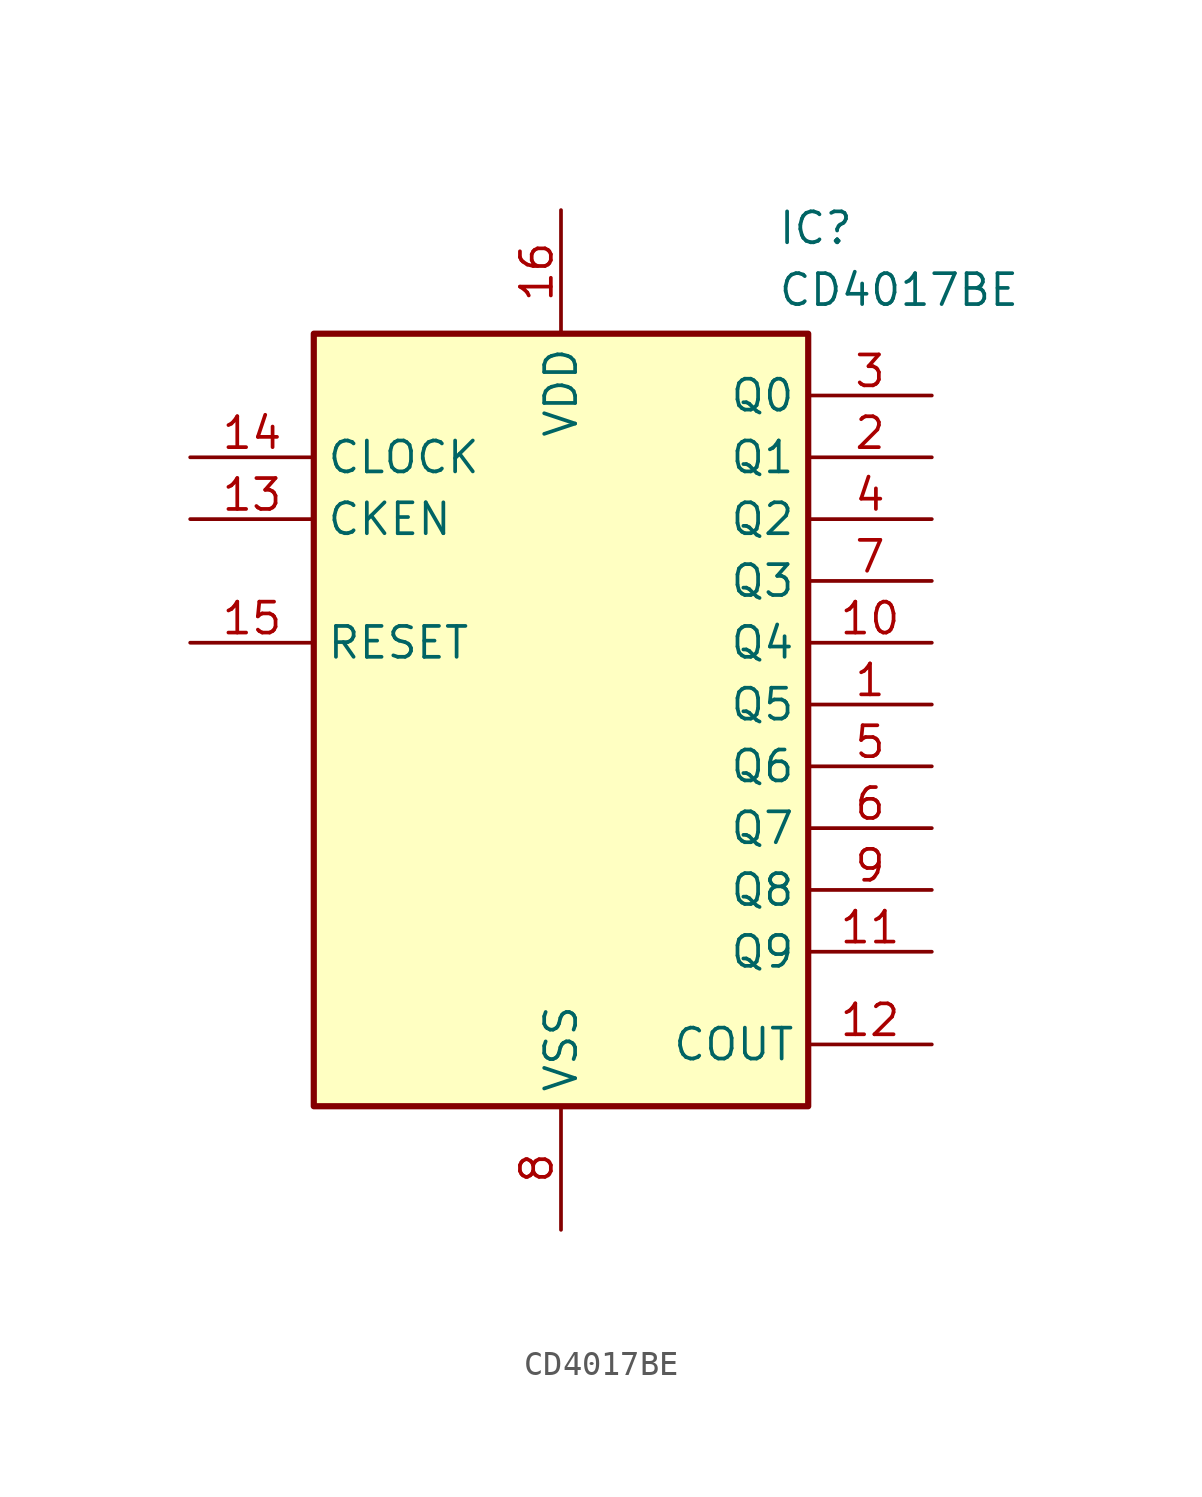
<source format=kicad_sym>
(kicad_symbol_lib
  (version 20231120)
  (generator "kicad_symbol_editor")
  (generator_version "8.0")
  (symbol "CD4017BE"
    (property "Reference" "IC"
      (at 34.29 7.62 0)
      (effects (font (size 1.27 1.27)) (justify left top)))
    (property "Value" "CD4017BE"
      (at 34.29 5.08 0)
      (effects (font (size 1.27 1.27)) (justify left top)))
    (symbol "CD4017BE_1_1"
      (rectangle (start 15.24 2.54) (end 35.56 -29.21) (stroke (width 0.254) (type default)) (fill (type background)))
      (pin passive line (at 40.64 -12.7 180) (length 5.08) (name "Q5" (effects (font (size 1.27 1.27)))) (number "1" (effects (font (size 1.27 1.27)))))
      (pin passive line (at 40.64 -10.16 180) (length 5.08) (name "Q4" (effects (font (size 1.27 1.27)))) (number "10" (effects (font (size 1.27 1.27)))))
      (pin passive line (at 40.64 -22.86 180) (length 5.08) (name "Q9" (effects (font (size 1.27 1.27)))) (number "11" (effects (font (size 1.27 1.27)))))
      (pin passive line (at 40.64 -26.67 180) (length 5.08) (name "COUT" (effects (font (size 1.27 1.27)))) (number "12" (effects (font (size 1.27 1.27)))))
      (pin passive line (at 10.16 -5.08 0) (length 5.08) (name "CKEN" (effects (font (size 1.27 1.27)))) (number "13" (effects (font (size 1.27 1.27)))))
      (pin passive line (at 10.16 -2.54 0) (length 5.08) (name "CLOCK" (effects (font (size 1.27 1.27)))) (number "14" (effects (font (size 1.27 1.27)))))
      (pin passive line (at 10.16 -10.16 0) (length 5.08) (name "RESET" (effects (font (size 1.27 1.27)))) (number "15" (effects (font (size 1.27 1.27)))))
      (pin passive line (at 25.4 7.62 270) (length 5.08) (name "VDD" (effects (font (size 1.27 1.27)))) (number "16" (effects (font (size 1.27 1.27)))))
      (pin passive line (at 40.64 -2.54 180) (length 5.08) (name "Q1" (effects (font (size 1.27 1.27)))) (number "2" (effects (font (size 1.27 1.27)))))
      (pin passive line (at 40.64 0 180) (length 5.08) (name "Q0" (effects (font (size 1.27 1.27)))) (number "3" (effects (font (size 1.27 1.27)))))
      (pin passive line (at 40.64 -5.08 180) (length 5.08) (name "Q2" (effects (font (size 1.27 1.27)))) (number "4" (effects (font (size 1.27 1.27)))))
      (pin passive line (at 40.64 -15.24 180) (length 5.08) (name "Q6" (effects (font (size 1.27 1.27)))) (number "5" (effects (font (size 1.27 1.27)))))
      (pin passive line (at 40.64 -17.78 180) (length 5.08) (name "Q7" (effects (font (size 1.27 1.27)))) (number "6" (effects (font (size 1.27 1.27)))))
      (pin passive line (at 40.64 -7.62 180) (length 5.08) (name "Q3" (effects (font (size 1.27 1.27)))) (number "7" (effects (font (size 1.27 1.27)))))
      (pin passive line (at 25.4 -34.29 90) (length 5.08) (name "VSS" (effects (font (size 1.27 1.27)))) (number "8" (effects (font (size 1.27 1.27)))))
      (pin passive line (at 40.64 -20.32 180) (length 5.08) (name "Q8" (effects (font (size 1.27 1.27)))) (number "9" (effects (font (size 1.27 1.27))))))))
</source>
